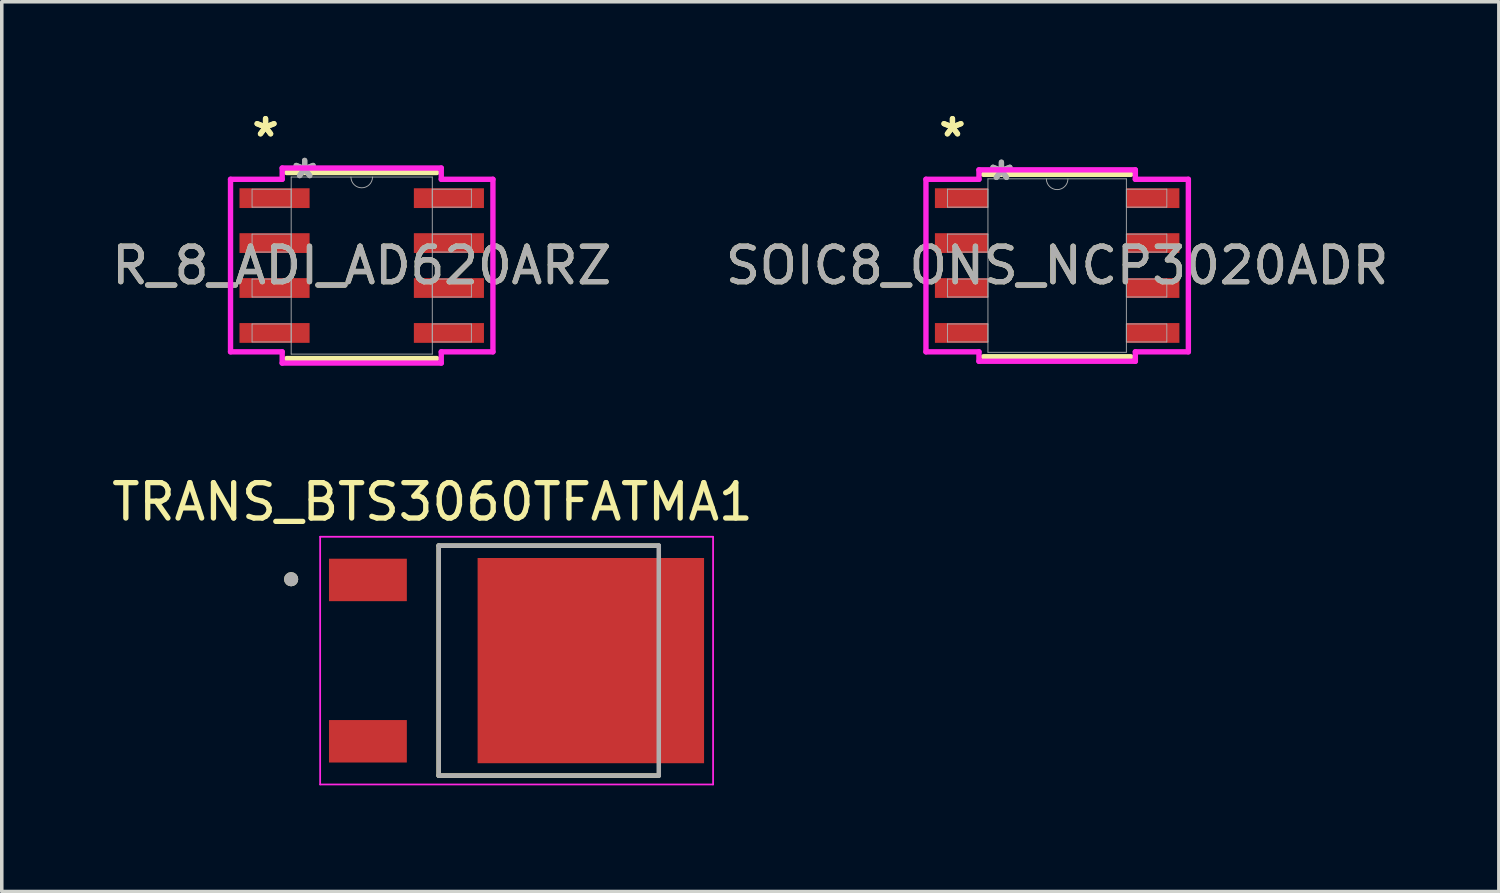
<source format=kicad_pcb>
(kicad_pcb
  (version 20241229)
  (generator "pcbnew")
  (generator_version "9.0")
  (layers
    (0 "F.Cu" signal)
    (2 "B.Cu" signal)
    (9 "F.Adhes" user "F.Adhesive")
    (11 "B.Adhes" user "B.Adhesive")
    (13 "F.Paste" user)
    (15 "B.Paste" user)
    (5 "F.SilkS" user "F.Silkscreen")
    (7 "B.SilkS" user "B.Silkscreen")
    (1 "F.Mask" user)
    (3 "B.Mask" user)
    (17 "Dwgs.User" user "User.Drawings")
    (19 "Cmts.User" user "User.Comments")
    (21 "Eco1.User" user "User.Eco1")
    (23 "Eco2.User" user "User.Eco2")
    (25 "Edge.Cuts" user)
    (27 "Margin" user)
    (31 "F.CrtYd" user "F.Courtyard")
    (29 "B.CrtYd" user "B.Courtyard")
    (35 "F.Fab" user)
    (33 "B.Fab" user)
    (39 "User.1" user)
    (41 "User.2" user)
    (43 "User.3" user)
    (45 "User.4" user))
  (footprint "TRANS_BTS3060TFATMA1"
    (layer "F.Cu")
    (at 11.578 15.62)
    (property "Reference" "TRANS_BTS3060TFATMA1" (at -2.405 -4.485 0) (layer "F.SilkS") (effects (font (size 1 1) (thickness 0.15))))
    (attr smd)
    (fp_line (start -2.23 -3.25) (end 3.99 -3.25) (stroke (width 0.127) (type solid)) (layer "F.SilkS"))
    (fp_line (start -2.23 3.25) (end -2.23 -3.25) (stroke (width 0.127) (type solid)) (layer "F.SilkS"))
    (fp_line (start 3.99 3.25) (end -2.23 3.25) (stroke (width 0.127) (type solid)) (layer "F.SilkS"))
    (fp_circle (center -6.4 -2.3) (end -6.3 -2.3) (stroke (width 0.2) (type solid)) (fill no) (layer "F.SilkS"))
    (fp_poly (pts (xy -5.28 -2.83) (xy -3.18 -2.83) (xy -3.18 -1.73) (xy -5.28 -1.73)) (stroke (width 0.01) (type solid)) (fill yes) (layer "F.Paste"))
    (fp_poly (pts (xy -5.28 1.73) (xy -3.18 1.73) (xy -3.18 2.83) (xy -5.28 2.83)) (stroke (width 0.01) (type solid)) (fill yes) (layer "F.Paste"))
    (fp_poly (pts (xy -1.08 -2.85) (xy 1.92 -2.85) (xy 1.92 -0.15) (xy -1.08 -0.15)) (stroke (width 0.01) (type solid)) (fill yes) (layer "F.Paste"))
    (fp_poly (pts (xy -1.08 0.15) (xy 1.92 0.15) (xy 1.92 2.85) (xy -1.08 2.85)) (stroke (width 0.01) (type solid)) (fill yes) (layer "F.Paste"))
    (fp_poly (pts (xy 2.22 -2.85) (xy 5.22 -2.85) (xy 5.22 -0.15) (xy 2.22 -0.15)) (stroke (width 0.01) (type solid)) (fill yes) (layer "F.Paste"))
    (fp_poly (pts (xy 2.22 0.15) (xy 5.22 0.15) (xy 5.22 2.85) (xy 2.22 2.85)) (stroke (width 0.01) (type solid)) (fill yes) (layer "F.Paste"))
    (fp_line (start -5.58 -3.5) (end 5.525 -3.5) (stroke (width 0.05) (type solid)) (layer "F.CrtYd"))
    (fp_line (start -5.58 3.5) (end -5.58 -3.5) (stroke (width 0.05) (type solid)) (layer "F.CrtYd"))
    (fp_line (start 5.525 -3.5) (end 5.525 3.5) (stroke (width 0.05) (type solid)) (layer "F.CrtYd"))
    (fp_line (start 5.525 3.5) (end -5.58 3.5) (stroke (width 0.05) (type solid)) (layer "F.CrtYd"))
    (fp_line (start -2.23 -3.25) (end 3.99 -3.25) (stroke (width 0.127) (type solid)) (layer "F.Fab"))
    (fp_line (start -2.23 3.25) (end -2.23 -3.25) (stroke (width 0.127) (type solid)) (layer "F.Fab"))
    (fp_line (start 3.99 -3.25) (end 3.99 3.25) (stroke (width 0.127) (type solid)) (layer "F.Fab"))
    (fp_line (start 3.99 3.25) (end -2.23 3.25) (stroke (width 0.127) (type solid)) (layer "F.Fab"))
    (fp_circle (center -6.4 -2.3) (end -6.3 -2.3) (stroke (width 0.2) (type solid)) (fill no) (layer "F.Fab"))
    (pad "1" smd rect (at -4.23 -2.28) (size 2.2 1.2) (layers "F.Cu" "F.Mask"))
    (pad "2" smd rect (at 2.07 0) (size 6.4 5.8) (layers "F.Cu" "F.Mask"))
    (pad "3" smd rect (at -4.23 2.28) (size 2.2 1.2) (layers "F.Cu" "F.Mask")))
  (footprint "R_8_ADI_AD620ARZ"
    (layer "F.Cu")
    (at 7.173 4.455)
    (property "Reference" "R_8_ADI_AD620ARZ" (at 0 0 0) (unlocked yes) (layer "F.SilkS") (effects (font (size 1 1) (thickness 0.15))))
    (attr smd)
    (fp_line (start -2.121 2.629) (end 2.121 2.629) (stroke (width 0.152) (type solid)) (layer "F.SilkS"))
    (fp_line (start 2.121 -2.629) (end -2.121 -2.629) (stroke (width 0.152) (type solid)) (layer "F.SilkS"))
    (fp_line (start -3.708 -2.438) (end -2.248 -2.438) (stroke (width 0.152) (type solid)) (layer "F.CrtYd"))
    (fp_line (start -3.708 2.438) (end -3.708 -2.438) (stroke (width 0.152) (type solid)) (layer "F.CrtYd"))
    (fp_line (start -3.708 2.438) (end -2.248 2.438) (stroke (width 0.152) (type solid)) (layer "F.CrtYd"))
    (fp_line (start -2.248 -2.756) (end 2.248 -2.756) (stroke (width 0.152) (type solid)) (layer "F.CrtYd"))
    (fp_line (start -2.248 -2.438) (end -2.248 -2.756) (stroke (width 0.152) (type solid)) (layer "F.CrtYd"))
    (fp_line (start -2.248 2.756) (end -2.248 2.438) (stroke (width 0.152) (type solid)) (layer "F.CrtYd"))
    (fp_line (start 2.248 -2.756) (end 2.248 -2.438) (stroke (width 0.152) (type solid)) (layer "F.CrtYd"))
    (fp_line (start 2.248 2.438) (end 2.248 2.756) (stroke (width 0.152) (type solid)) (layer "F.CrtYd"))
    (fp_line (start 2.248 2.756) (end -2.248 2.756) (stroke (width 0.152) (type solid)) (layer "F.CrtYd"))
    (fp_line (start 3.708 -2.438) (end 2.248 -2.438) (stroke (width 0.152) (type solid)) (layer "F.CrtYd"))
    (fp_line (start 3.708 -2.438) (end 3.708 2.438) (stroke (width 0.152) (type solid)) (layer "F.CrtYd"))
    (fp_line (start 3.708 2.438) (end 2.248 2.438) (stroke (width 0.152) (type solid)) (layer "F.CrtYd"))
    (fp_line (start -3.099 -2.159) (end -3.099 -1.651) (stroke (width 0.025) (type solid)) (layer "F.Fab"))
    (fp_line (start -3.099 -1.651) (end -1.994 -1.651) (stroke (width 0.025) (type solid)) (layer "F.Fab"))
    (fp_line (start -3.099 -0.889) (end -3.099 -0.381) (stroke (width 0.025) (type solid)) (layer "F.Fab"))
    (fp_line (start -3.099 -0.381) (end -1.994 -0.381) (stroke (width 0.025) (type solid)) (layer "F.Fab"))
    (fp_line (start -3.099 0.381) (end -3.099 0.889) (stroke (width 0.025) (type solid)) (layer "F.Fab"))
    (fp_line (start -3.099 0.889) (end -1.994 0.889) (stroke (width 0.025) (type solid)) (layer "F.Fab"))
    (fp_line (start -3.099 1.651) (end -3.099 2.159) (stroke (width 0.025) (type solid)) (layer "F.Fab"))
    (fp_line (start -3.099 2.159) (end -1.994 2.159) (stroke (width 0.025) (type solid)) (layer "F.Fab"))
    (fp_line (start -1.994 -2.502) (end -1.994 2.502) (stroke (width 0.025) (type solid)) (layer "F.Fab"))
    (fp_line (start -1.994 -2.159) (end -3.099 -2.159) (stroke (width 0.025) (type solid)) (layer "F.Fab"))
    (fp_line (start -1.994 -1.651) (end -1.994 -2.159) (stroke (width 0.025) (type solid)) (layer "F.Fab"))
    (fp_line (start -1.994 -0.889) (end -3.099 -0.889) (stroke (width 0.025) (type solid)) (layer "F.Fab"))
    (fp_line (start -1.994 -0.381) (end -1.994 -0.889) (stroke (width 0.025) (type solid)) (layer "F.Fab"))
    (fp_line (start -1.994 0.381) (end -3.099 0.381) (stroke (width 0.025) (type solid)) (layer "F.Fab"))
    (fp_line (start -1.994 0.889) (end -1.994 0.381) (stroke (width 0.025) (type solid)) (layer "F.Fab"))
    (fp_line (start -1.994 1.651) (end -3.099 1.651) (stroke (width 0.025) (type solid)) (layer "F.Fab"))
    (fp_line (start -1.994 2.159) (end -1.994 1.651) (stroke (width 0.025) (type solid)) (layer "F.Fab"))
    (fp_line (start -1.994 2.502) (end 1.994 2.502) (stroke (width 0.025) (type solid)) (layer "F.Fab"))
    (fp_line (start 1.994 -2.502) (end -1.994 -2.502) (stroke (width 0.025) (type solid)) (layer "F.Fab"))
    (fp_line (start 1.994 -2.159) (end 1.994 -1.651) (stroke (width 0.025) (type solid)) (layer "F.Fab"))
    (fp_line (start 1.994 -1.651) (end 3.099 -1.651) (stroke (width 0.025) (type solid)) (layer "F.Fab"))
    (fp_line (start 1.994 -0.889) (end 1.994 -0.381) (stroke (width 0.025) (type solid)) (layer "F.Fab"))
    (fp_line (start 1.994 -0.381) (end 3.099 -0.381) (stroke (width 0.025) (type solid)) (layer "F.Fab"))
    (fp_line (start 1.994 0.381) (end 1.994 0.889) (stroke (width 0.025) (type solid)) (layer "F.Fab"))
    (fp_line (start 1.994 0.889) (end 3.099 0.889) (stroke (width 0.025) (type solid)) (layer "F.Fab"))
    (fp_line (start 1.994 1.651) (end 1.994 2.159) (stroke (width 0.025) (type solid)) (layer "F.Fab"))
    (fp_line (start 1.994 2.159) (end 3.099 2.159) (stroke (width 0.025) (type solid)) (layer "F.Fab"))
    (fp_line (start 1.994 2.502) (end 1.994 -2.502) (stroke (width 0.025) (type solid)) (layer "F.Fab"))
    (fp_line (start 3.099 -2.159) (end 1.994 -2.159) (stroke (width 0.025) (type solid)) (layer "F.Fab"))
    (fp_line (start 3.099 -1.651) (end 3.099 -2.159) (stroke (width 0.025) (type solid)) (layer "F.Fab"))
    (fp_line (start 3.099 -0.889) (end 1.994 -0.889) (stroke (width 0.025) (type solid)) (layer "F.Fab"))
    (fp_line (start 3.099 -0.381) (end 3.099 -0.889) (stroke (width 0.025) (type solid)) (layer "F.Fab"))
    (fp_line (start 3.099 0.381) (end 1.994 0.381) (stroke (width 0.025) (type solid)) (layer "F.Fab"))
    (fp_line (start 3.099 0.889) (end 3.099 0.381) (stroke (width 0.025) (type solid)) (layer "F.Fab"))
    (fp_line (start 3.099 1.651) (end 1.994 1.651) (stroke (width 0.025) (type solid)) (layer "F.Fab"))
    (fp_line (start 3.099 2.159) (end 3.099 1.651) (stroke (width 0.025) (type solid)) (layer "F.Fab"))
    (fp_arc (start 0.3048 -2.5019) (mid 0 -2.1971) (end -0.3048 -2.5019) (stroke (width 0.0254) (type solid)) (layer "F.Fab"))
    (fp_text user "*" (at -2.718 -3.607 0) (layer "F.SilkS") (effects (font (size 1 1) (thickness 0.15))))
    (fp_text user "*" (at -2.718 -3.607 0) (unlocked yes) (layer "F.SilkS") (effects (font (size 1 1) (thickness 0.15))))
    (fp_text user "${REFERENCE}" (at 0 0 0) (unlocked yes) (layer "F.Fab") (effects (font (size 1 1) (thickness 0.15))))
    (fp_text user "*" (at -1.613 -2.426 0) (unlocked yes) (layer "F.Fab") (effects (font (size 1 1) (thickness 0.15))))
    (fp_text user "*" (at -1.613 -2.426 0) (layer "F.Fab") (effects (font (size 1 1) (thickness 0.15))))
    (pad "1" smd rect (at -2.464 -1.905) (size 1.981 0.559) (layers "F.Cu" "F.Mask" "F.Paste"))
    (pad "2" smd rect (at -2.464 -0.635) (size 1.981 0.559) (layers "F.Cu" "F.Mask" "F.Paste"))
    (pad "3" smd rect (at -2.464 0.635) (size 1.981 0.559) (layers "F.Cu" "F.Mask" "F.Paste"))
    (pad "4" smd rect (at -2.464 1.905) (size 1.981 0.559) (layers "F.Cu" "F.Mask" "F.Paste"))
    (pad "5" smd rect (at 2.464 1.905) (size 1.981 0.559) (layers "F.Cu" "F.Mask" "F.Paste"))
    (pad "6" smd rect (at 2.464 0.635) (size 1.981 0.559) (layers "F.Cu" "F.Mask" "F.Paste"))
    (pad "7" smd rect (at 2.464 -0.635) (size 1.981 0.559) (layers "F.Cu" "F.Mask" "F.Paste"))
    (pad "8" smd rect (at 2.464 -1.905) (size 1.981 0.559) (layers "F.Cu" "F.Mask" "F.Paste")))
  (footprint "SOIC8_ONS_NCP3020ADR"
    (layer "F.Cu")
    (at 26.827 4.455)
    (property "Reference" "SOIC8_ONS_NCP3020ADR" (at 0 0 0) (unlocked yes) (layer "F.SilkS") (effects (font (size 1 1) (thickness 0.15))))
    (attr smd)
    (fp_line (start -2.083 2.578) (end 2.083 2.578) (stroke (width 0.152) (type solid)) (layer "F.SilkS"))
    (fp_line (start 2.083 -2.578) (end -2.083 -2.578) (stroke (width 0.152) (type solid)) (layer "F.SilkS"))
    (fp_line (start -3.708 -2.438) (end -2.21 -2.438) (stroke (width 0.152) (type solid)) (layer "F.CrtYd"))
    (fp_line (start -3.708 2.438) (end -3.708 -2.438) (stroke (width 0.152) (type solid)) (layer "F.CrtYd"))
    (fp_line (start -3.708 2.438) (end -2.21 2.438) (stroke (width 0.152) (type solid)) (layer "F.CrtYd"))
    (fp_line (start -2.21 -2.705) (end 2.21 -2.705) (stroke (width 0.152) (type solid)) (layer "F.CrtYd"))
    (fp_line (start -2.21 -2.438) (end -2.21 -2.705) (stroke (width 0.152) (type solid)) (layer "F.CrtYd"))
    (fp_line (start -2.21 2.705) (end -2.21 2.438) (stroke (width 0.152) (type solid)) (layer "F.CrtYd"))
    (fp_line (start 2.21 -2.705) (end 2.21 -2.438) (stroke (width 0.152) (type solid)) (layer "F.CrtYd"))
    (fp_line (start 2.21 2.438) (end 2.21 2.705) (stroke (width 0.152) (type solid)) (layer "F.CrtYd"))
    (fp_line (start 2.21 2.705) (end -2.21 2.705) (stroke (width 0.152) (type solid)) (layer "F.CrtYd"))
    (fp_line (start 3.708 -2.438) (end 2.21 -2.438) (stroke (width 0.152) (type solid)) (layer "F.CrtYd"))
    (fp_line (start 3.708 -2.438) (end 3.708 2.438) (stroke (width 0.152) (type solid)) (layer "F.CrtYd"))
    (fp_line (start 3.708 2.438) (end 2.21 2.438) (stroke (width 0.152) (type solid)) (layer "F.CrtYd"))
    (fp_line (start -3.099 -2.159) (end -3.099 -1.651) (stroke (width 0.025) (type solid)) (layer "F.Fab"))
    (fp_line (start -3.099 -1.651) (end -1.956 -1.651) (stroke (width 0.025) (type solid)) (layer "F.Fab"))
    (fp_line (start -3.099 -0.889) (end -3.099 -0.381) (stroke (width 0.025) (type solid)) (layer "F.Fab"))
    (fp_line (start -3.099 -0.381) (end -1.956 -0.381) (stroke (width 0.025) (type solid)) (layer "F.Fab"))
    (fp_line (start -3.099 0.381) (end -3.099 0.889) (stroke (width 0.025) (type solid)) (layer "F.Fab"))
    (fp_line (start -3.099 0.889) (end -1.956 0.889) (stroke (width 0.025) (type solid)) (layer "F.Fab"))
    (fp_line (start -3.099 1.651) (end -3.099 2.159) (stroke (width 0.025) (type solid)) (layer "F.Fab"))
    (fp_line (start -3.099 2.159) (end -1.956 2.159) (stroke (width 0.025) (type solid)) (layer "F.Fab"))
    (fp_line (start -1.956 -2.451) (end -1.956 2.451) (stroke (width 0.025) (type solid)) (layer "F.Fab"))
    (fp_line (start -1.956 -2.159) (end -3.099 -2.159) (stroke (width 0.025) (type solid)) (layer "F.Fab"))
    (fp_line (start -1.956 -1.651) (end -1.956 -2.159) (stroke (width 0.025) (type solid)) (layer "F.Fab"))
    (fp_line (start -1.956 -0.889) (end -3.099 -0.889) (stroke (width 0.025) (type solid)) (layer "F.Fab"))
    (fp_line (start -1.956 -0.381) (end -1.956 -0.889) (stroke (width 0.025) (type solid)) (layer "F.Fab"))
    (fp_line (start -1.956 0.381) (end -3.099 0.381) (stroke (width 0.025) (type solid)) (layer "F.Fab"))
    (fp_line (start -1.956 0.889) (end -1.956 0.381) (stroke (width 0.025) (type solid)) (layer "F.Fab"))
    (fp_line (start -1.956 1.651) (end -3.099 1.651) (stroke (width 0.025) (type solid)) (layer "F.Fab"))
    (fp_line (start -1.956 2.159) (end -1.956 1.651) (stroke (width 0.025) (type solid)) (layer "F.Fab"))
    (fp_line (start -1.956 2.451) (end 1.956 2.451) (stroke (width 0.025) (type solid)) (layer "F.Fab"))
    (fp_line (start 1.956 -2.451) (end -1.956 -2.451) (stroke (width 0.025) (type solid)) (layer "F.Fab"))
    (fp_line (start 1.956 -2.159) (end 1.956 -1.651) (stroke (width 0.025) (type solid)) (layer "F.Fab"))
    (fp_line (start 1.956 -1.651) (end 3.099 -1.651) (stroke (width 0.025) (type solid)) (layer "F.Fab"))
    (fp_line (start 1.956 -0.889) (end 1.956 -0.381) (stroke (width 0.025) (type solid)) (layer "F.Fab"))
    (fp_line (start 1.956 -0.381) (end 3.099 -0.381) (stroke (width 0.025) (type solid)) (layer "F.Fab"))
    (fp_line (start 1.956 0.381) (end 1.956 0.889) (stroke (width 0.025) (type solid)) (layer "F.Fab"))
    (fp_line (start 1.956 0.889) (end 3.099 0.889) (stroke (width 0.025) (type solid)) (layer "F.Fab"))
    (fp_line (start 1.956 1.651) (end 1.956 2.159) (stroke (width 0.025) (type solid)) (layer "F.Fab"))
    (fp_line (start 1.956 2.159) (end 3.099 2.159) (stroke (width 0.025) (type solid)) (layer "F.Fab"))
    (fp_line (start 1.956 2.451) (end 1.956 -2.451) (stroke (width 0.025) (type solid)) (layer "F.Fab"))
    (fp_line (start 3.099 -2.159) (end 1.956 -2.159) (stroke (width 0.025) (type solid)) (layer "F.Fab"))
    (fp_line (start 3.099 -1.651) (end 3.099 -2.159) (stroke (width 0.025) (type solid)) (layer "F.Fab"))
    (fp_line (start 3.099 -0.889) (end 1.956 -0.889) (stroke (width 0.025) (type solid)) (layer "F.Fab"))
    (fp_line (start 3.099 -0.381) (end 3.099 -0.889) (stroke (width 0.025) (type solid)) (layer "F.Fab"))
    (fp_line (start 3.099 0.381) (end 1.956 0.381) (stroke (width 0.025) (type solid)) (layer "F.Fab"))
    (fp_line (start 3.099 0.889) (end 3.099 0.381) (stroke (width 0.025) (type solid)) (layer "F.Fab"))
    (fp_line (start 3.099 1.651) (end 1.956 1.651) (stroke (width 0.025) (type solid)) (layer "F.Fab"))
    (fp_line (start 3.099 2.159) (end 3.099 1.651) (stroke (width 0.025) (type solid)) (layer "F.Fab"))
    (fp_arc (start 0.3048 -2.4511) (mid 0 -2.1463) (end -0.3048 -2.4511) (stroke (width 0.0254) (type solid)) (layer "F.Fab"))
    (fp_text user "*" (at -2.959 -3.607 0) (layer "F.SilkS") (effects (font (size 1 1) (thickness 0.15))))
    (fp_text user "*" (at -2.959 -3.607 0) (unlocked yes) (layer "F.SilkS") (effects (font (size 1 1) (thickness 0.15))))
    (fp_text user "*" (at -1.575 -2.375 0) (layer "F.Fab") (effects (font (size 1 1) (thickness 0.15))))
    (fp_text user "*" (at -1.575 -2.375 0) (unlocked yes) (layer "F.Fab") (effects (font (size 1 1) (thickness 0.15))))
    (fp_text user "${REFERENCE}" (at 0 0 0) (unlocked yes) (layer "F.Fab") (effects (font (size 1 1) (thickness 0.15))))
    (pad "1" smd rect (at -2.705 -1.905) (size 1.499 0.559) (layers "F.Cu" "F.Mask" "F.Paste"))
    (pad "2" smd rect (at -2.705 -0.635) (size 1.499 0.559) (layers "F.Cu" "F.Mask" "F.Paste"))
    (pad "3" smd rect (at -2.705 0.635) (size 1.499 0.559) (layers "F.Cu" "F.Mask" "F.Paste"))
    (pad "4" smd rect (at -2.705 1.905) (size 1.499 0.559) (layers "F.Cu" "F.Mask" "F.Paste"))
    (pad "5" smd rect (at 2.705 1.905) (size 1.499 0.559) (layers "F.Cu" "F.Mask" "F.Paste"))
    (pad "6" smd rect (at 2.705 0.635) (size 1.499 0.559) (layers "F.Cu" "F.Mask" "F.Paste"))
    (pad "7" smd rect (at 2.705 -0.635) (size 1.499 0.559) (layers "F.Cu" "F.Mask" "F.Paste"))
    (pad "8" smd rect (at 2.705 -1.905) (size 1.499 0.559) (layers "F.Cu" "F.Mask" "F.Paste")))
  (gr_rect
    (start -3 -3)
    (end 39.31 22.145)
    (stroke (width 0.1) (type default))
    (fill no)
    (layer "Edge.Cuts")))
</source>
